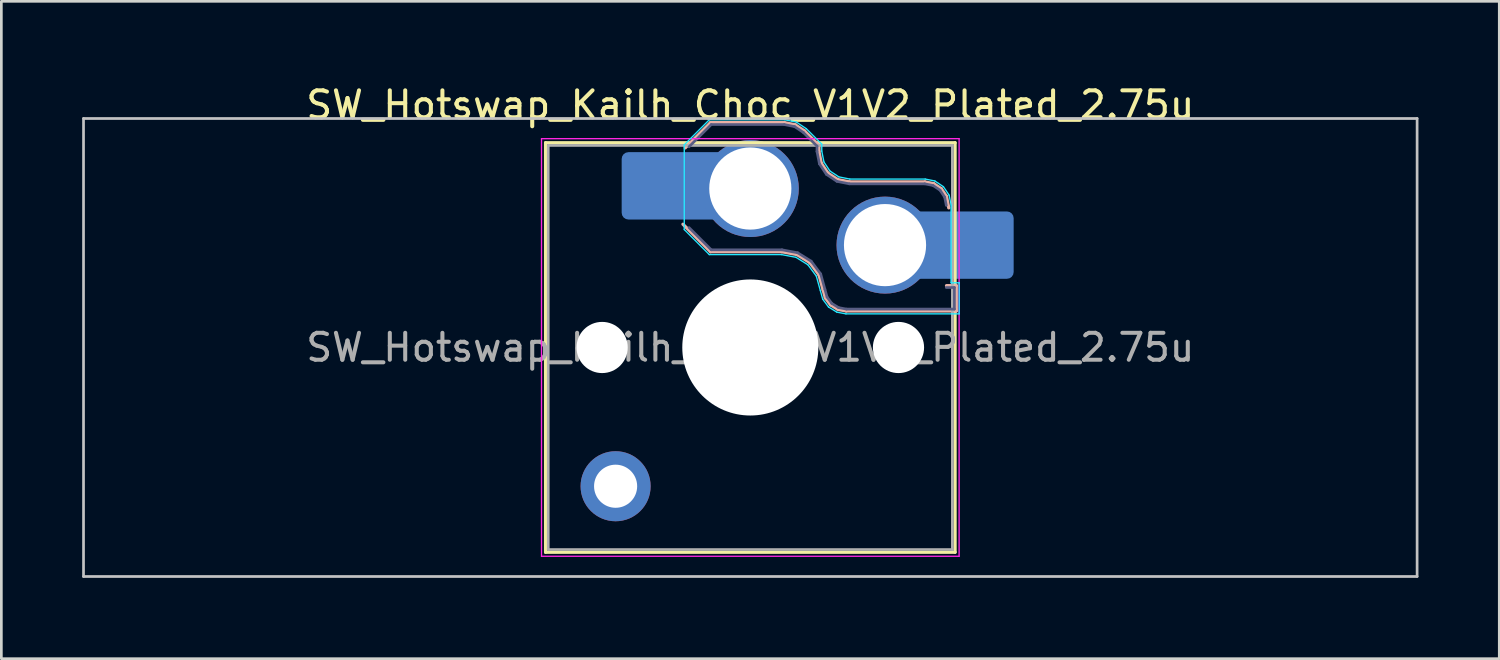
<source format=kicad_pcb>
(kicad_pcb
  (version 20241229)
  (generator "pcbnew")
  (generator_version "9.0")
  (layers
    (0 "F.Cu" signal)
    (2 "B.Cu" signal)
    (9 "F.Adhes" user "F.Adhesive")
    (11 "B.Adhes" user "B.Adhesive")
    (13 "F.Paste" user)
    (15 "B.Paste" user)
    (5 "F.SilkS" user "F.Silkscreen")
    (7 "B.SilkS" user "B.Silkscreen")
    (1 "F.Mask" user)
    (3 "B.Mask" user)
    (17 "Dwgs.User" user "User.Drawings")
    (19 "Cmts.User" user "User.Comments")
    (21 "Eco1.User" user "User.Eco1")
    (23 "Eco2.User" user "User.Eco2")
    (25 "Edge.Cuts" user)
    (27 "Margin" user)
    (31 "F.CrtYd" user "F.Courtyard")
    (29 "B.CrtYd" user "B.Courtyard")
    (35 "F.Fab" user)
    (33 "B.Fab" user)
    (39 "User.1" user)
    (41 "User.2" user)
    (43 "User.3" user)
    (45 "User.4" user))
  (footprint "SW_Hotswap_Kailh_Choc_V1V2_Plated_2.75u"
    (layer "F.Cu")
    (at 24.8 9.848)
    (property "Reference" "SW_Hotswap_Kailh_Choc_V1V2_Plated_2.75u" (at 0 -9 0) (layer "F.SilkS") (effects (font (size 1 1) (thickness 0.15))))
    (attr smd)
    (fp_line (start -7.6 -7.6) (end -7.6 7.6) (stroke (width 0.12) (type solid)) (layer "F.SilkS"))
    (fp_line (start -7.6 7.6) (end 7.6 7.6) (stroke (width 0.12) (type solid)) (layer "F.SilkS"))
    (fp_line (start 7.6 -7.6) (end -7.6 -7.6) (stroke (width 0.12) (type solid)) (layer "F.SilkS"))
    (fp_line (start 7.6 7.6) (end 7.6 -7.6) (stroke (width 0.12) (type solid)) (layer "F.SilkS"))
    (fp_line (start -2.416 -7.409) (end -1.479 -8.346) (stroke (width 0.12) (type solid)) (layer "B.SilkS"))
    (fp_line (start -1.479 -8.346) (end 1.268 -8.346) (stroke (width 0.12) (type solid)) (layer "B.SilkS"))
    (fp_line (start -1.479 -3.554) (end -2.5 -4.575) (stroke (width 0.12) (type solid)) (layer "B.SilkS"))
    (fp_line (start 1.168 -3.554) (end -1.479 -3.554) (stroke (width 0.12) (type solid)) (layer "B.SilkS"))
    (fp_line (start 1.268 -8.346) (end 1.671 -8.266) (stroke (width 0.12) (type solid)) (layer "B.SilkS"))
    (fp_line (start 1.671 -8.266) (end 2.013 -8.037) (stroke (width 0.12) (type solid)) (layer "B.SilkS"))
    (fp_line (start 1.73 -3.449) (end 1.168 -3.554) (stroke (width 0.12) (type solid)) (layer "B.SilkS"))
    (fp_line (start 2.013 -8.037) (end 2.546 -7.504) (stroke (width 0.12) (type solid)) (layer "B.SilkS"))
    (fp_line (start 2.209 -3.15) (end 1.73 -3.449) (stroke (width 0.12) (type solid)) (layer "B.SilkS"))
    (fp_line (start 2.546 -7.504) (end 2.546 -7.282) (stroke (width 0.12) (type solid)) (layer "B.SilkS"))
    (fp_line (start 2.546 -7.282) (end 2.633 -6.844) (stroke (width 0.12) (type solid)) (layer "B.SilkS"))
    (fp_line (start 2.547 -2.697) (end 2.209 -3.15) (stroke (width 0.12) (type solid)) (layer "B.SilkS"))
    (fp_line (start 2.633 -6.844) (end 2.877 -6.477) (stroke (width 0.12) (type solid)) (layer "B.SilkS"))
    (fp_line (start 2.701 -2.139) (end 2.547 -2.697) (stroke (width 0.12) (type solid)) (layer "B.SilkS"))
    (fp_line (start 2.783 -1.841) (end 2.701 -2.139) (stroke (width 0.12) (type solid)) (layer "B.SilkS"))
    (fp_line (start 2.877 -6.477) (end 3.244 -6.233) (stroke (width 0.12) (type solid)) (layer "B.SilkS"))
    (fp_line (start 2.976 -1.583) (end 2.783 -1.841) (stroke (width 0.12) (type solid)) (layer "B.SilkS"))
    (fp_line (start 3.244 -6.233) (end 3.682 -6.146) (stroke (width 0.12) (type solid)) (layer "B.SilkS"))
    (fp_line (start 3.25 -1.413) (end 2.976 -1.583) (stroke (width 0.12) (type solid)) (layer "B.SilkS"))
    (fp_line (start 3.56 -1.354) (end 3.25 -1.413) (stroke (width 0.12) (type solid)) (layer "B.SilkS"))
    (fp_line (start 3.682 -6.146) (end 6.482 -6.146) (stroke (width 0.12) (type solid)) (layer "B.SilkS"))
    (fp_line (start 6.482 -6.146) (end 6.809 -6.081) (stroke (width 0.12) (type solid)) (layer "B.SilkS"))
    (fp_line (start 6.809 -6.081) (end 7.092 -5.892) (stroke (width 0.12) (type solid)) (layer "B.SilkS"))
    (fp_line (start 7.092 -5.892) (end 7.281 -5.609) (stroke (width 0.12) (type solid)) (layer "B.SilkS"))
    (fp_line (start 7.281 -5.609) (end 7.366 -5.182) (stroke (width 0.12) (type solid)) (layer "B.SilkS"))
    (fp_line (start 7.283 -2.296) (end 7.646 -2.296) (stroke (width 0.12) (type solid)) (layer "B.SilkS"))
    (fp_line (start 7.646 -2.296) (end 7.646 -1.354) (stroke (width 0.12) (type solid)) (layer "B.SilkS"))
    (fp_line (start 7.646 -1.354) (end 3.56 -1.354) (stroke (width 0.12) (type solid)) (layer "B.SilkS"))
    (fp_line (start -24.75 -8.5) (end -24.75 8.5) (stroke (width 0.1) (type solid)) (layer "Dwgs.User"))
    (fp_line (start -24.75 8.5) (end 24.75 8.5) (stroke (width 0.1) (type solid)) (layer "Dwgs.User"))
    (fp_line (start 24.75 -8.5) (end -24.75 -8.5) (stroke (width 0.1) (type solid)) (layer "Dwgs.User"))
    (fp_line (start 24.75 8.5) (end 24.75 -8.5) (stroke (width 0.1) (type solid)) (layer "Dwgs.User"))
    (fp_line (start -7.25 -7.25) (end -7.25 7.25) (stroke (width 0.1) (type solid)) (layer "Eco1.User"))
    (fp_line (start -7.25 7.25) (end 7.25 7.25) (stroke (width 0.1) (type solid)) (layer "Eco1.User"))
    (fp_line (start 7.25 -7.25) (end -7.25 -7.25) (stroke (width 0.1) (type solid)) (layer "Eco1.User"))
    (fp_line (start 7.25 7.25) (end 7.25 -7.25) (stroke (width 0.1) (type solid)) (layer "Eco1.User"))
    (fp_line (start -2.452 -7.523) (end -1.523 -8.452) (stroke (width 0.05) (type solid)) (layer "B.CrtYd"))
    (fp_line (start -2.452 -4.377) (end -2.452 -7.523) (stroke (width 0.05) (type solid)) (layer "B.CrtYd"))
    (fp_line (start -1.523 -8.452) (end 1.278 -8.452) (stroke (width 0.05) (type solid)) (layer "B.CrtYd"))
    (fp_line (start -1.523 -3.448) (end -2.452 -4.377) (stroke (width 0.05) (type solid)) (layer "B.CrtYd"))
    (fp_line (start 1.159 -3.448) (end -1.523 -3.448) (stroke (width 0.05) (type solid)) (layer "B.CrtYd"))
    (fp_line (start 1.278 -8.452) (end 1.712 -8.366) (stroke (width 0.05) (type solid)) (layer "B.CrtYd"))
    (fp_line (start 1.691 -3.348) (end 1.159 -3.448) (stroke (width 0.05) (type solid)) (layer "B.CrtYd"))
    (fp_line (start 1.712 -8.366) (end 2.081 -8.119) (stroke (width 0.05) (type solid)) (layer "B.CrtYd"))
    (fp_line (start 2.081 -8.119) (end 2.652 -7.548) (stroke (width 0.05) (type solid)) (layer "B.CrtYd"))
    (fp_line (start 2.136 -3.071) (end 1.691 -3.348) (stroke (width 0.05) (type solid)) (layer "B.CrtYd"))
    (fp_line (start 2.45 -2.65) (end 2.136 -3.071) (stroke (width 0.05) (type solid)) (layer "B.CrtYd"))
    (fp_line (start 2.599 -2.111) (end 2.45 -2.65) (stroke (width 0.05) (type solid)) (layer "B.CrtYd"))
    (fp_line (start 2.652 -7.548) (end 2.652 -7.292) (stroke (width 0.05) (type solid)) (layer "B.CrtYd"))
    (fp_line (start 2.652 -7.292) (end 2.733 -6.885) (stroke (width 0.05) (type solid)) (layer "B.CrtYd"))
    (fp_line (start 2.687 -1.794) (end 2.599 -2.111) (stroke (width 0.05) (type solid)) (layer "B.CrtYd"))
    (fp_line (start 2.733 -6.885) (end 2.953 -6.553) (stroke (width 0.05) (type solid)) (layer "B.CrtYd"))
    (fp_line (start 2.903 -1.503) (end 2.687 -1.794) (stroke (width 0.05) (type solid)) (layer "B.CrtYd"))
    (fp_line (start 2.953 -6.553) (end 3.285 -6.333) (stroke (width 0.05) (type solid)) (layer "B.CrtYd"))
    (fp_line (start 3.211 -1.312) (end 2.903 -1.503) (stroke (width 0.05) (type solid)) (layer "B.CrtYd"))
    (fp_line (start 3.285 -6.333) (end 3.692 -6.252) (stroke (width 0.05) (type solid)) (layer "B.CrtYd"))
    (fp_line (start 3.55 -1.248) (end 3.211 -1.312) (stroke (width 0.05) (type solid)) (layer "B.CrtYd"))
    (fp_line (start 3.692 -6.252) (end 6.492 -6.252) (stroke (width 0.05) (type solid)) (layer "B.CrtYd"))
    (fp_line (start 6.492 -6.252) (end 6.85 -6.181) (stroke (width 0.05) (type solid)) (layer "B.CrtYd"))
    (fp_line (start 6.85 -6.181) (end 7.168 -5.968) (stroke (width 0.05) (type solid)) (layer "B.CrtYd"))
    (fp_line (start 7.168 -5.968) (end 7.381 -5.65) (stroke (width 0.05) (type solid)) (layer "B.CrtYd"))
    (fp_line (start 7.381 -5.65) (end 7.452 -5.292) (stroke (width 0.05) (type solid)) (layer "B.CrtYd"))
    (fp_line (start 7.452 -5.292) (end 7.452 -2.402) (stroke (width 0.05) (type solid)) (layer "B.CrtYd"))
    (fp_line (start 7.452 -2.402) (end 7.752 -2.402) (stroke (width 0.05) (type solid)) (layer "B.CrtYd"))
    (fp_line (start 7.752 -2.402) (end 7.752 -1.248) (stroke (width 0.05) (type solid)) (layer "B.CrtYd"))
    (fp_line (start 7.752 -1.248) (end 3.55 -1.248) (stroke (width 0.05) (type solid)) (layer "B.CrtYd"))
    (fp_line (start -7.75 -7.75) (end -7.75 7.75) (stroke (width 0.05) (type solid)) (layer "F.CrtYd"))
    (fp_line (start -7.75 7.75) (end 7.75 7.75) (stroke (width 0.05) (type solid)) (layer "F.CrtYd"))
    (fp_line (start 7.75 -7.75) (end -7.75 -7.75) (stroke (width 0.05) (type solid)) (layer "F.CrtYd"))
    (fp_line (start 7.75 7.75) (end 7.75 -7.75) (stroke (width 0.05) (type solid)) (layer "F.CrtYd"))
    (fp_line (start -2.275 -7.45) (end -1.45 -8.275) (stroke (width 0.1) (type solid)) (layer "B.Fab"))
    (fp_line (start -1.45 -8.275) (end 1.261 -8.275) (stroke (width 0.1) (type solid)) (layer "B.Fab"))
    (fp_line (start -1.45 -3.625) (end -2.275 -4.45) (stroke (width 0.1) (type solid)) (layer "B.Fab"))
    (fp_line (start 1.175 -3.625) (end -1.45 -3.625) (stroke (width 0.1) (type solid)) (layer "B.Fab"))
    (fp_line (start 1.261 -8.275) (end 1.643 -8.199) (stroke (width 0.1) (type solid)) (layer "B.Fab"))
    (fp_line (start 1.643 -8.199) (end 1.968 -7.982) (stroke (width 0.1) (type solid)) (layer "B.Fab"))
    (fp_line (start 1.756 -3.516) (end 1.175 -3.625) (stroke (width 0.1) (type solid)) (layer "B.Fab"))
    (fp_line (start 1.968 -7.982) (end 2.475 -7.475) (stroke (width 0.1) (type solid)) (layer "B.Fab"))
    (fp_line (start 2.258 -3.203) (end 1.756 -3.516) (stroke (width 0.1) (type solid)) (layer "B.Fab"))
    (fp_line (start 2.475 -7.475) (end 2.475 -7.275) (stroke (width 0.1) (type solid)) (layer "B.Fab"))
    (fp_line (start 2.475 -7.275) (end 2.566 -6.816) (stroke (width 0.1) (type solid)) (layer "B.Fab"))
    (fp_line (start 2.566 -6.816) (end 2.826 -6.426) (stroke (width 0.1) (type solid)) (layer "B.Fab"))
    (fp_line (start 2.612 -2.729) (end 2.258 -3.203) (stroke (width 0.1) (type solid)) (layer "B.Fab"))
    (fp_line (start 2.769 -2.158) (end 2.612 -2.729) (stroke (width 0.1) (type solid)) (layer "B.Fab"))
    (fp_line (start 2.826 -6.426) (end 3.216 -6.166) (stroke (width 0.1) (type solid)) (layer "B.Fab"))
    (fp_line (start 2.848 -1.873) (end 2.769 -2.158) (stroke (width 0.1) (type solid)) (layer "B.Fab"))
    (fp_line (start 3.025 -1.636) (end 2.848 -1.873) (stroke (width 0.1) (type solid)) (layer "B.Fab"))
    (fp_line (start 3.216 -6.166) (end 3.675 -6.075) (stroke (width 0.1) (type solid)) (layer "B.Fab"))
    (fp_line (start 3.276 -1.48) (end 3.025 -1.636) (stroke (width 0.1) (type solid)) (layer "B.Fab"))
    (fp_line (start 3.567 -1.425) (end 3.276 -1.48) (stroke (width 0.1) (type solid)) (layer "B.Fab"))
    (fp_line (start 3.675 -6.075) (end 6.475 -6.075) (stroke (width 0.1) (type solid)) (layer "B.Fab"))
    (fp_line (start 6.475 -6.075) (end 6.781 -6.014) (stroke (width 0.1) (type solid)) (layer "B.Fab"))
    (fp_line (start 6.781 -6.014) (end 7.041 -5.841) (stroke (width 0.1) (type solid)) (layer "B.Fab"))
    (fp_line (start 7.041 -5.841) (end 7.214 -5.581) (stroke (width 0.1) (type solid)) (layer "B.Fab"))
    (fp_line (start 7.214 -5.581) (end 7.275 -5.275) (stroke (width 0.1) (type solid)) (layer "B.Fab"))
    (fp_line (start 7.275 -2.225) (end 7.575 -2.225) (stroke (width 0.1) (type solid)) (layer "B.Fab"))
    (fp_line (start 7.575 -2.225) (end 7.575 -1.425) (stroke (width 0.1) (type solid)) (layer "B.Fab"))
    (fp_line (start 7.575 -1.425) (end 3.567 -1.425) (stroke (width 0.1) (type solid)) (layer "B.Fab"))
    (fp_line (start -7.5 -7.5) (end -7.5 7.5) (stroke (width 0.1) (type solid)) (layer "F.Fab"))
    (fp_line (start -7.5 7.5) (end 7.5 7.5) (stroke (width 0.1) (type solid)) (layer "F.Fab"))
    (fp_line (start 7.5 -7.5) (end -7.5 -7.5) (stroke (width 0.1) (type solid)) (layer "F.Fab"))
    (fp_line (start 7.5 7.5) (end 7.5 -7.5) (stroke (width 0.1) (type solid)) (layer "F.Fab"))
    (fp_text user "${REFERENCE}" (at 0 0 0) (layer "F.Fab") (effects (font (size 1 1) (thickness 0.15))))
    (pad "" np_thru_hole circle (at -5.5 0) (size 1.9 1.9) (drill 1.9) (layers "*.Cu" "*.Mask"))
    (pad "" smd circle (at -5 5.15) (size 1.65 1.65) (layers "F.Mask"))
    (pad "" thru_hole circle (at -5 5.15) (size 2.6 2.6) (drill 1.6) (layers "*.Cu" "B.Mask"))
    (pad "" smd roundrect (at -3.5 -6) (size 2.55 2.5) (layers "B.Mask" "B.Paste") (roundrect_rratio 0.1))
    (pad "" smd circle (at 0 -5.9) (size 3.1 3.1) (layers "F.Mask"))
    (pad "" np_thru_hole circle (at 0 0) (size 5.05 5.05) (drill 5.05) (layers "*.Cu" "*.Mask"))
    (pad "" smd circle (at 5 -3.8) (size 3.1 3.1) (layers "F.Mask"))
    (pad "" np_thru_hole circle (at 5.5 0) (size 1.9 1.9) (drill 1.9) (layers "*.Cu" "*.Mask"))
    (pad "" smd roundrect (at 8.5 -3.8) (size 2.55 2.5) (layers "B.Mask" "B.Paste") (roundrect_rratio 0.1))
    (pad "1" smd roundrect (at -2.85 -6) (size 3.85 2.5) (layers "B.Cu") (roundrect_rratio 0.1))
    (pad "1" thru_hole circle (at 0 -5.9) (size 3.6 3.6) (drill 3.05) (layers "*.Cu" "B.Mask"))
    (pad "2" thru_hole circle (at 5 -3.8) (size 3.6 3.6) (drill 3.05) (layers "*.Cu" "B.Mask"))
    (pad "2" smd roundrect (at 7.85 -3.8) (size 3.85 2.5) (layers "B.Cu") (roundrect_rratio 0.1)))
  (gr_rect
    (start -3 -3)
    (end 52.6 21.398)
    (stroke (width 0.1) (type default))
    (fill no)
    (layer "Edge.Cuts")))
</source>
